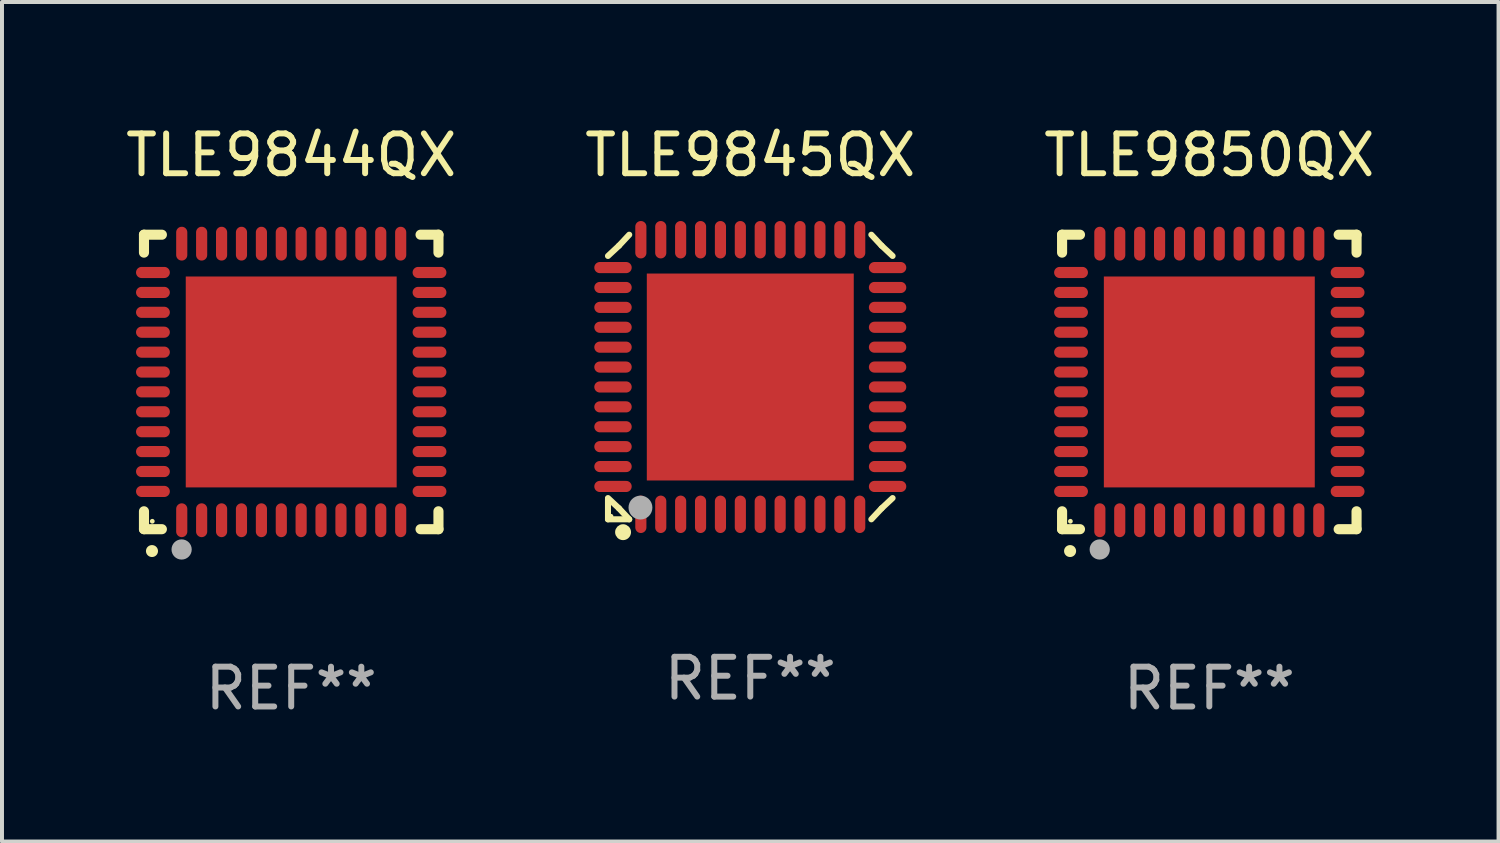
<source format=kicad_pcb>
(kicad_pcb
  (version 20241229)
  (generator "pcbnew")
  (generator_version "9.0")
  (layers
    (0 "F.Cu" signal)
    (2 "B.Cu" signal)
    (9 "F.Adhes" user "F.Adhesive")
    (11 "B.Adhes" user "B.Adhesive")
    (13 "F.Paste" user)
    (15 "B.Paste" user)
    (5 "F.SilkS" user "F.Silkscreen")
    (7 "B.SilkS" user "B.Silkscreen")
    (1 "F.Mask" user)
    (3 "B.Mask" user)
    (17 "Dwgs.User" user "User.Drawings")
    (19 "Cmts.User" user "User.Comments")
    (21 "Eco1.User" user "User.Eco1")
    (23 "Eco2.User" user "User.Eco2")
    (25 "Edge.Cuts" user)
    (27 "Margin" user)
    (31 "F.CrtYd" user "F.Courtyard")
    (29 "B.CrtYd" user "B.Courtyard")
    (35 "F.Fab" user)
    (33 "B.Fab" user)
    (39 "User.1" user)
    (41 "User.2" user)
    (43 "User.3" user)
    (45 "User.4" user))
  (footprint "TLE9850QX"
    (layer "F.Cu")
    (at 27.339 6.548)
    (property "Reference" "TLE9850QX" (at 0 -5.7 0) (layer "F.SilkS") (effects (font (size 1 1) (thickness 0.15))))
    (attr through_hole)
    (fp_line (start -3.7 -3.7) (end -3.25 -3.7) (stroke (width 0.254) (type solid)) (layer "F.SilkS"))
    (fp_line (start -3.7 -3.25) (end -3.7 -3.7) (stroke (width 0.254) (type solid)) (layer "F.SilkS"))
    (fp_line (start -3.7 3.7) (end -3.7 3.25) (stroke (width 0.254) (type solid)) (layer "F.SilkS"))
    (fp_line (start -3.25 3.7) (end -3.7 3.7) (stroke (width 0.254) (type solid)) (layer "F.SilkS"))
    (fp_line (start 3.25 3.7) (end 3.7 3.7) (stroke (width 0.254) (type solid)) (layer "F.SilkS"))
    (fp_line (start 3.7 -3.7) (end 3.25 -3.7) (stroke (width 0.254) (type solid)) (layer "F.SilkS"))
    (fp_line (start 3.7 -3.25) (end 3.7 -3.7) (stroke (width 0.254) (type solid)) (layer "F.SilkS"))
    (fp_line (start 3.7 3.7) (end 3.7 3.25) (stroke (width 0.254) (type solid)) (layer "F.SilkS"))
    (fp_arc (start -3.500127 4.249428) (mid -3.498857 4.249423) (end -3.497587 4.249428) (stroke (width 0.3) (type solid)) (layer "F.SilkS"))
    (fp_circle (center -3.491 3.501) (end -3.461 3.501) (stroke (width 0.06) (type solid)) (fill no) (layer "F.SilkS"))
    (fp_circle (center -2.754 4.21) (end -2.627 4.21) (stroke (width 0.254) (type solid)) (fill no) (layer "F.Fab"))
    (fp_text user "REF**" (at 0 7.7 0) (layer "F.Fab") (effects (font (size 1 1) (thickness 0.15))))
    (pad "1" smd oval (at -2.751 3.475) (size 0.28 0.85) (layers "F.Cu" "F.Mask" "F.Paste"))
    (pad "2" smd oval (at -2.251 3.475) (size 0.28 0.85) (layers "F.Cu" "F.Mask" "F.Paste"))
    (pad "3" smd oval (at -1.75 3.475) (size 0.28 0.85) (layers "F.Cu" "F.Mask" "F.Paste"))
    (pad "4" smd oval (at -1.25 3.475) (size 0.28 0.85) (layers "F.Cu" "F.Mask" "F.Paste"))
    (pad "5" smd oval (at -0.749 3.475) (size 0.28 0.85) (layers "F.Cu" "F.Mask" "F.Paste"))
    (pad "6" smd oval (at -0.249 3.475) (size 0.28 0.85) (layers "F.Cu" "F.Mask" "F.Paste"))
    (pad "7" smd oval (at 0.249 3.475) (size 0.28 0.85) (layers "F.Cu" "F.Mask" "F.Paste"))
    (pad "8" smd oval (at 0.749 3.475) (size 0.28 0.85) (layers "F.Cu" "F.Mask" "F.Paste"))
    (pad "9" smd oval (at 1.25 3.475) (size 0.28 0.85) (layers "F.Cu" "F.Mask" "F.Paste"))
    (pad "10" smd oval (at 1.75 3.475) (size 0.28 0.85) (layers "F.Cu" "F.Mask" "F.Paste"))
    (pad "11" smd oval (at 2.25 3.475) (size 0.28 0.85) (layers "F.Cu" "F.Mask" "F.Paste"))
    (pad "12" smd oval (at 2.751 3.475) (size 0.28 0.85) (layers "F.Cu" "F.Mask" "F.Paste"))
    (pad "13" smd oval (at 3.475 2.751) (size 0.85 0.28) (layers "F.Cu" "F.Mask" "F.Paste"))
    (pad "14" smd oval (at 3.475 2.251) (size 0.85 0.28) (layers "F.Cu" "F.Mask" "F.Paste"))
    (pad "15" smd oval (at 3.475 1.75) (size 0.85 0.28) (layers "F.Cu" "F.Mask" "F.Paste"))
    (pad "16" smd oval (at 3.475 1.25) (size 0.85 0.28) (layers "F.Cu" "F.Mask" "F.Paste"))
    (pad "17" smd oval (at 3.475 0.749) (size 0.85 0.28) (layers "F.Cu" "F.Mask" "F.Paste"))
    (pad "18" smd oval (at 3.475 0.249) (size 0.85 0.28) (layers "F.Cu" "F.Mask" "F.Paste"))
    (pad "19" smd oval (at 3.475 -0.249) (size 0.85 0.28) (layers "F.Cu" "F.Mask" "F.Paste"))
    (pad "20" smd oval (at 3.475 -0.749) (size 0.85 0.28) (layers "F.Cu" "F.Mask" "F.Paste"))
    (pad "21" smd oval (at 3.475 -1.25) (size 0.85 0.28) (layers "F.Cu" "F.Mask" "F.Paste"))
    (pad "22" smd oval (at 3.475 -1.75) (size 0.85 0.28) (layers "F.Cu" "F.Mask" "F.Paste"))
    (pad "23" smd oval (at 3.475 -2.25) (size 0.85 0.28) (layers "F.Cu" "F.Mask" "F.Paste"))
    (pad "24" smd oval (at 3.475 -2.751) (size 0.85 0.28) (layers "F.Cu" "F.Mask" "F.Paste"))
    (pad "25" smd oval (at 2.751 -3.475) (size 0.28 0.85) (layers "F.Cu" "F.Mask" "F.Paste"))
    (pad "26" smd oval (at 2.25 -3.475) (size 0.28 0.85) (layers "F.Cu" "F.Mask" "F.Paste"))
    (pad "27" smd oval (at 1.75 -3.475) (size 0.28 0.85) (layers "F.Cu" "F.Mask" "F.Paste"))
    (pad "28" smd oval (at 1.25 -3.475) (size 0.28 0.85) (layers "F.Cu" "F.Mask" "F.Paste"))
    (pad "29" smd oval (at 0.749 -3.475) (size 0.28 0.85) (layers "F.Cu" "F.Mask" "F.Paste"))
    (pad "30" smd oval (at 0.249 -3.475) (size 0.28 0.85) (layers "F.Cu" "F.Mask" "F.Paste"))
    (pad "31" smd oval (at -0.249 -3.475) (size 0.28 0.85) (layers "F.Cu" "F.Mask" "F.Paste"))
    (pad "32" smd oval (at -0.749 -3.475) (size 0.28 0.85) (layers "F.Cu" "F.Mask" "F.Paste"))
    (pad "33" smd oval (at -1.25 -3.475) (size 0.28 0.85) (layers "F.Cu" "F.Mask" "F.Paste"))
    (pad "34" smd oval (at -1.75 -3.475) (size 0.28 0.85) (layers "F.Cu" "F.Mask" "F.Paste"))
    (pad "35" smd oval (at -2.251 -3.475) (size 0.28 0.85) (layers "F.Cu" "F.Mask" "F.Paste"))
    (pad "36" smd oval (at -2.751 -3.475) (size 0.28 0.85) (layers "F.Cu" "F.Mask" "F.Paste"))
    (pad "37" smd oval (at -3.475 -2.751) (size 0.85 0.28) (layers "F.Cu" "F.Mask" "F.Paste"))
    (pad "38" smd oval (at -3.475 -2.25) (size 0.85 0.28) (layers "F.Cu" "F.Mask" "F.Paste"))
    (pad "39" smd oval (at -3.475 -1.75) (size 0.85 0.28) (layers "F.Cu" "F.Mask" "F.Paste"))
    (pad "40" smd oval (at -3.475 -1.25) (size 0.85 0.28) (layers "F.Cu" "F.Mask" "F.Paste"))
    (pad "41" smd oval (at -3.475 -0.749) (size 0.85 0.28) (layers "F.Cu" "F.Mask" "F.Paste"))
    (pad "42" smd oval (at -3.475 -0.249) (size 0.85 0.28) (layers "F.Cu" "F.Mask" "F.Paste"))
    (pad "43" smd oval (at -3.475 0.249) (size 0.85 0.28) (layers "F.Cu" "F.Mask" "F.Paste"))
    (pad "44" smd oval (at -3.475 0.749) (size 0.85 0.28) (layers "F.Cu" "F.Mask" "F.Paste"))
    (pad "45" smd oval (at -3.475 1.25) (size 0.85 0.28) (layers "F.Cu" "F.Mask" "F.Paste"))
    (pad "46" smd oval (at -3.475 1.75) (size 0.85 0.28) (layers "F.Cu" "F.Mask" "F.Paste"))
    (pad "47" smd oval (at -3.475 2.251) (size 0.85 0.28) (layers "F.Cu" "F.Mask" "F.Paste"))
    (pad "48" smd oval (at -3.475 2.751) (size 0.85 0.28) (layers "F.Cu" "F.Mask" "F.Paste"))
    (pad "49" smd rect (at -0.000102 0.000102) (size 5.3 5.3) (layers "F.Cu" "F.Mask" "F.Paste")))
  (footprint "TLE9844QX"
    (layer "F.Cu")
    (at 4.268 6.548)
    (property "Reference" "TLE9844QX" (at 0 -5.7 0) (layer "F.SilkS") (effects (font (size 1 1) (thickness 0.15))))
    (attr through_hole)
    (fp_line (start -3.7 -3.7) (end -3.25 -3.7) (stroke (width 0.254) (type solid)) (layer "F.SilkS"))
    (fp_line (start -3.7 -3.25) (end -3.7 -3.7) (stroke (width 0.254) (type solid)) (layer "F.SilkS"))
    (fp_line (start -3.7 3.7) (end -3.7 3.25) (stroke (width 0.254) (type solid)) (layer "F.SilkS"))
    (fp_line (start -3.25 3.7) (end -3.7 3.7) (stroke (width 0.254) (type solid)) (layer "F.SilkS"))
    (fp_line (start 3.25 3.7) (end 3.7 3.7) (stroke (width 0.254) (type solid)) (layer "F.SilkS"))
    (fp_line (start 3.7 -3.7) (end 3.25 -3.7) (stroke (width 0.254) (type solid)) (layer "F.SilkS"))
    (fp_line (start 3.7 -3.25) (end 3.7 -3.7) (stroke (width 0.254) (type solid)) (layer "F.SilkS"))
    (fp_line (start 3.7 3.7) (end 3.7 3.25) (stroke (width 0.254) (type solid)) (layer "F.SilkS"))
    (fp_arc (start -3.500127 4.249428) (mid -3.498857 4.249423) (end -3.497587 4.249428) (stroke (width 0.3) (type solid)) (layer "F.SilkS"))
    (fp_circle (center -3.491 3.501) (end -3.461 3.501) (stroke (width 0.06) (type solid)) (fill no) (layer "F.SilkS"))
    (fp_circle (center -2.754 4.21) (end -2.627 4.21) (stroke (width 0.254) (type solid)) (fill no) (layer "F.Fab"))
    (fp_text user "REF**" (at 0 7.7 0) (layer "F.Fab") (effects (font (size 1 1) (thickness 0.15))))
    (pad "1" smd oval (at -2.751 3.475) (size 0.28 0.85) (layers "F.Cu" "F.Mask" "F.Paste"))
    (pad "2" smd oval (at -2.251 3.475) (size 0.28 0.85) (layers "F.Cu" "F.Mask" "F.Paste"))
    (pad "3" smd oval (at -1.75 3.475) (size 0.28 0.85) (layers "F.Cu" "F.Mask" "F.Paste"))
    (pad "4" smd oval (at -1.25 3.475) (size 0.28 0.85) (layers "F.Cu" "F.Mask" "F.Paste"))
    (pad "5" smd oval (at -0.749 3.475) (size 0.28 0.85) (layers "F.Cu" "F.Mask" "F.Paste"))
    (pad "6" smd oval (at -0.249 3.475) (size 0.28 0.85) (layers "F.Cu" "F.Mask" "F.Paste"))
    (pad "7" smd oval (at 0.249 3.475) (size 0.28 0.85) (layers "F.Cu" "F.Mask" "F.Paste"))
    (pad "8" smd oval (at 0.749 3.475) (size 0.28 0.85) (layers "F.Cu" "F.Mask" "F.Paste"))
    (pad "9" smd oval (at 1.25 3.475) (size 0.28 0.85) (layers "F.Cu" "F.Mask" "F.Paste"))
    (pad "10" smd oval (at 1.75 3.475) (size 0.28 0.85) (layers "F.Cu" "F.Mask" "F.Paste"))
    (pad "11" smd oval (at 2.25 3.475) (size 0.28 0.85) (layers "F.Cu" "F.Mask" "F.Paste"))
    (pad "12" smd oval (at 2.751 3.475) (size 0.28 0.85) (layers "F.Cu" "F.Mask" "F.Paste"))
    (pad "13" smd oval (at 3.475 2.751) (size 0.85 0.28) (layers "F.Cu" "F.Mask" "F.Paste"))
    (pad "14" smd oval (at 3.475 2.251) (size 0.85 0.28) (layers "F.Cu" "F.Mask" "F.Paste"))
    (pad "15" smd oval (at 3.475 1.75) (size 0.85 0.28) (layers "F.Cu" "F.Mask" "F.Paste"))
    (pad "16" smd oval (at 3.475 1.25) (size 0.85 0.28) (layers "F.Cu" "F.Mask" "F.Paste"))
    (pad "17" smd oval (at 3.475 0.749) (size 0.85 0.28) (layers "F.Cu" "F.Mask" "F.Paste"))
    (pad "18" smd oval (at 3.475 0.249) (size 0.85 0.28) (layers "F.Cu" "F.Mask" "F.Paste"))
    (pad "19" smd oval (at 3.475 -0.249) (size 0.85 0.28) (layers "F.Cu" "F.Mask" "F.Paste"))
    (pad "20" smd oval (at 3.475 -0.749) (size 0.85 0.28) (layers "F.Cu" "F.Mask" "F.Paste"))
    (pad "21" smd oval (at 3.475 -1.25) (size 0.85 0.28) (layers "F.Cu" "F.Mask" "F.Paste"))
    (pad "22" smd oval (at 3.475 -1.75) (size 0.85 0.28) (layers "F.Cu" "F.Mask" "F.Paste"))
    (pad "23" smd oval (at 3.475 -2.25) (size 0.85 0.28) (layers "F.Cu" "F.Mask" "F.Paste"))
    (pad "24" smd oval (at 3.475 -2.751) (size 0.85 0.28) (layers "F.Cu" "F.Mask" "F.Paste"))
    (pad "25" smd oval (at 2.751 -3.475) (size 0.28 0.85) (layers "F.Cu" "F.Mask" "F.Paste"))
    (pad "26" smd oval (at 2.25 -3.475) (size 0.28 0.85) (layers "F.Cu" "F.Mask" "F.Paste"))
    (pad "27" smd oval (at 1.75 -3.475) (size 0.28 0.85) (layers "F.Cu" "F.Mask" "F.Paste"))
    (pad "28" smd oval (at 1.25 -3.475) (size 0.28 0.85) (layers "F.Cu" "F.Mask" "F.Paste"))
    (pad "29" smd oval (at 0.749 -3.475) (size 0.28 0.85) (layers "F.Cu" "F.Mask" "F.Paste"))
    (pad "30" smd oval (at 0.249 -3.475) (size 0.28 0.85) (layers "F.Cu" "F.Mask" "F.Paste"))
    (pad "31" smd oval (at -0.249 -3.475) (size 0.28 0.85) (layers "F.Cu" "F.Mask" "F.Paste"))
    (pad "32" smd oval (at -0.749 -3.475) (size 0.28 0.85) (layers "F.Cu" "F.Mask" "F.Paste"))
    (pad "33" smd oval (at -1.25 -3.475) (size 0.28 0.85) (layers "F.Cu" "F.Mask" "F.Paste"))
    (pad "34" smd oval (at -1.75 -3.475) (size 0.28 0.85) (layers "F.Cu" "F.Mask" "F.Paste"))
    (pad "35" smd oval (at -2.251 -3.475) (size 0.28 0.85) (layers "F.Cu" "F.Mask" "F.Paste"))
    (pad "36" smd oval (at -2.751 -3.475) (size 0.28 0.85) (layers "F.Cu" "F.Mask" "F.Paste"))
    (pad "37" smd oval (at -3.475 -2.751) (size 0.85 0.28) (layers "F.Cu" "F.Mask" "F.Paste"))
    (pad "38" smd oval (at -3.475 -2.25) (size 0.85 0.28) (layers "F.Cu" "F.Mask" "F.Paste"))
    (pad "39" smd oval (at -3.475 -1.75) (size 0.85 0.28) (layers "F.Cu" "F.Mask" "F.Paste"))
    (pad "40" smd oval (at -3.475 -1.25) (size 0.85 0.28) (layers "F.Cu" "F.Mask" "F.Paste"))
    (pad "41" smd oval (at -3.475 -0.749) (size 0.85 0.28) (layers "F.Cu" "F.Mask" "F.Paste"))
    (pad "42" smd oval (at -3.475 -0.249) (size 0.85 0.28) (layers "F.Cu" "F.Mask" "F.Paste"))
    (pad "43" smd oval (at -3.475 0.249) (size 0.85 0.28) (layers "F.Cu" "F.Mask" "F.Paste"))
    (pad "44" smd oval (at -3.475 0.749) (size 0.85 0.28) (layers "F.Cu" "F.Mask" "F.Paste"))
    (pad "45" smd oval (at -3.475 1.25) (size 0.85 0.28) (layers "F.Cu" "F.Mask" "F.Paste"))
    (pad "46" smd oval (at -3.475 1.75) (size 0.85 0.28) (layers "F.Cu" "F.Mask" "F.Paste"))
    (pad "47" smd oval (at -3.475 2.251) (size 0.85 0.28) (layers "F.Cu" "F.Mask" "F.Paste"))
    (pad "48" smd oval (at -3.475 2.751) (size 0.85 0.28) (layers "F.Cu" "F.Mask" "F.Paste"))
    (pad "49" smd rect (at -0.000102 0.000102) (size 5.3 5.3) (layers "F.Cu" "F.Mask" "F.Paste")))
  (footprint "TLE9845QX"
    (layer "F.Cu")
    (at 15.804 6.424)
    (property "Reference" "TLE9845QX" (at 0 -5.576 0) (layer "F.SilkS") (effects (font (size 1 1) (thickness 0.15))))
    (attr through_hole)
    (fp_line (start -3.576 3.07) (end -3.576 3.576) (stroke (width 0.152) (type solid)) (layer "F.SilkS"))
    (fp_line (start -3.576 3.576) (end -3.042 3.576) (stroke (width 0.152) (type solid)) (layer "F.SilkS"))
    (fp_line (start -3.3 -3.3) (end -3.576 -3.042) (stroke (width 0.152) (type solid)) (layer "F.SilkS"))
    (fp_line (start -3.3 3.3) (end -3.576 3.042) (stroke (width 0.152) (type solid)) (layer "F.SilkS"))
    (fp_line (start -3.042 -3.576) (end -3.3 -3.3) (stroke (width 0.152) (type solid)) (layer "F.SilkS"))
    (fp_line (start -3.042 3.576) (end -3.3 3.3) (stroke (width 0.152) (type solid)) (layer "F.SilkS"))
    (fp_line (start 3.042 -3.576) (end 3.3 -3.3) (stroke (width 0.152) (type solid)) (layer "F.SilkS"))
    (fp_line (start 3.042 3.576) (end 3.3 3.3) (stroke (width 0.152) (type solid)) (layer "F.SilkS"))
    (fp_line (start 3.3 -3.3) (end 3.576 -3.042) (stroke (width 0.152) (type solid)) (layer "F.SilkS"))
    (fp_line (start 3.3 3.3) (end 3.576 3.042) (stroke (width 0.152) (type solid)) (layer "F.SilkS"))
    (fp_circle (center -3.5 3.5) (end -3.47 3.5) (stroke (width 0.06) (type solid)) (fill no) (layer "F.SilkS"))
    (fp_circle (center -3.197 3.899) (end -3.097 3.899) (stroke (width 0.2) (type solid)) (fill no) (layer "F.SilkS"))
    (fp_circle (center -2.76 3.281) (end -2.61 3.281) (stroke (width 0.3) (type solid)) (fill no) (layer "F.Fab"))
    (fp_text user "REF**" (at 0 7.576 0) (layer "F.Fab") (effects (font (size 1 1) (thickness 0.15))))
    (pad "1" smd oval (at -2.75 3.45 90) (size 0.94 0.28) (layers "F.Cu" "F.Mask" "F.Paste"))
    (pad "2" smd oval (at -2.25 3.45 90) (size 0.94 0.28) (layers "F.Cu" "F.Mask" "F.Paste"))
    (pad "3" smd oval (at -1.75 3.45 90) (size 0.94 0.28) (layers "F.Cu" "F.Mask" "F.Paste"))
    (pad "4" smd oval (at -1.25 3.45 90) (size 0.94 0.28) (layers "F.Cu" "F.Mask" "F.Paste"))
    (pad "5" smd oval (at -0.75 3.45 90) (size 0.94 0.28) (layers "F.Cu" "F.Mask" "F.Paste"))
    (pad "6" smd oval (at -0.25 3.45 90) (size 0.94 0.28) (layers "F.Cu" "F.Mask" "F.Paste"))
    (pad "7" smd oval (at 0.25 3.45 90) (size 0.94 0.28) (layers "F.Cu" "F.Mask" "F.Paste"))
    (pad "8" smd oval (at 0.75 3.45 90) (size 0.94 0.28) (layers "F.Cu" "F.Mask" "F.Paste"))
    (pad "9" smd oval (at 1.25 3.45 90) (size 0.94 0.28) (layers "F.Cu" "F.Mask" "F.Paste"))
    (pad "10" smd oval (at 1.75 3.45 90) (size 0.94 0.28) (layers "F.Cu" "F.Mask" "F.Paste"))
    (pad "11" smd oval (at 2.25 3.45 90) (size 0.94 0.28) (layers "F.Cu" "F.Mask" "F.Paste"))
    (pad "12" smd oval (at 2.75 3.45 90) (size 0.94 0.28) (layers "F.Cu" "F.Mask" "F.Paste"))
    (pad "13" smd oval (at 3.45 2.75 90) (size 0.28 0.94) (layers "F.Cu" "F.Mask" "F.Paste"))
    (pad "14" smd oval (at 3.45 2.25 90) (size 0.28 0.94) (layers "F.Cu" "F.Mask" "F.Paste"))
    (pad "15" smd oval (at 3.45 1.75 90) (size 0.28 0.94) (layers "F.Cu" "F.Mask" "F.Paste"))
    (pad "16" smd oval (at 3.45 1.25 90) (size 0.28 0.94) (layers "F.Cu" "F.Mask" "F.Paste"))
    (pad "17" smd oval (at 3.45 0.75 90) (size 0.28 0.94) (layers "F.Cu" "F.Mask" "F.Paste"))
    (pad "18" smd oval (at 3.45 0.25 90) (size 0.28 0.94) (layers "F.Cu" "F.Mask" "F.Paste"))
    (pad "19" smd oval (at 3.45 -0.25 90) (size 0.28 0.94) (layers "F.Cu" "F.Mask" "F.Paste"))
    (pad "20" smd oval (at 3.45 -0.75 90) (size 0.28 0.94) (layers "F.Cu" "F.Mask" "F.Paste"))
    (pad "21" smd oval (at 3.45 -1.25 90) (size 0.28 0.94) (layers "F.Cu" "F.Mask" "F.Paste"))
    (pad "22" smd oval (at 3.45 -1.75 90) (size 0.28 0.94) (layers "F.Cu" "F.Mask" "F.Paste"))
    (pad "23" smd oval (at 3.45 -2.25 90) (size 0.28 0.94) (layers "F.Cu" "F.Mask" "F.Paste"))
    (pad "24" smd oval (at 3.45 -2.75 90) (size 0.28 0.94) (layers "F.Cu" "F.Mask" "F.Paste"))
    (pad "25" smd oval (at 2.75 -3.45 90) (size 0.94 0.28) (layers "F.Cu" "F.Mask" "F.Paste"))
    (pad "26" smd oval (at 2.25 -3.45 90) (size 0.94 0.28) (layers "F.Cu" "F.Mask" "F.Paste"))
    (pad "27" smd oval (at 1.75 -3.45 90) (size 0.94 0.28) (layers "F.Cu" "F.Mask" "F.Paste"))
    (pad "28" smd oval (at 1.25 -3.45 90) (size 0.94 0.28) (layers "F.Cu" "F.Mask" "F.Paste"))
    (pad "29" smd oval (at 0.75 -3.45 90) (size 0.94 0.28) (layers "F.Cu" "F.Mask" "F.Paste"))
    (pad "30" smd oval (at 0.25 -3.45 90) (size 0.94 0.28) (layers "F.Cu" "F.Mask" "F.Paste"))
    (pad "31" smd oval (at -0.25 -3.45 90) (size 0.94 0.28) (layers "F.Cu" "F.Mask" "F.Paste"))
    (pad "32" smd oval (at -0.75 -3.45 90) (size 0.94 0.28) (layers "F.Cu" "F.Mask" "F.Paste"))
    (pad "33" smd oval (at -1.25 -3.45 90) (size 0.94 0.28) (layers "F.Cu" "F.Mask" "F.Paste"))
    (pad "34" smd oval (at -1.75 -3.45 90) (size 0.94 0.28) (layers "F.Cu" "F.Mask" "F.Paste"))
    (pad "35" smd oval (at -2.25 -3.45 90) (size 0.94 0.28) (layers "F.Cu" "F.Mask" "F.Paste"))
    (pad "36" smd oval (at -2.75 -3.45 90) (size 0.94 0.28) (layers "F.Cu" "F.Mask" "F.Paste"))
    (pad "37" smd oval (at -3.45 -2.75 90) (size 0.28 0.94) (layers "F.Cu" "F.Mask" "F.Paste"))
    (pad "38" smd oval (at -3.45 -2.25 90) (size 0.28 0.94) (layers "F.Cu" "F.Mask" "F.Paste"))
    (pad "39" smd oval (at -3.45 -1.75 90) (size 0.28 0.94) (layers "F.Cu" "F.Mask" "F.Paste"))
    (pad "40" smd oval (at -3.45 -1.25 90) (size 0.28 0.94) (layers "F.Cu" "F.Mask" "F.Paste"))
    (pad "41" smd oval (at -3.45 -0.75 90) (size 0.28 0.94) (layers "F.Cu" "F.Mask" "F.Paste"))
    (pad "42" smd oval (at -3.45 -0.25 90) (size 0.28 0.94) (layers "F.Cu" "F.Mask" "F.Paste"))
    (pad "43" smd oval (at -3.45 0.25 90) (size 0.28 0.94) (layers "F.Cu" "F.Mask" "F.Paste"))
    (pad "44" smd oval (at -3.45 0.75 90) (size 0.28 0.94) (layers "F.Cu" "F.Mask" "F.Paste"))
    (pad "45" smd oval (at -3.45 1.25 90) (size 0.28 0.94) (layers "F.Cu" "F.Mask" "F.Paste"))
    (pad "46" smd oval (at -3.45 1.75 90) (size 0.28 0.94) (layers "F.Cu" "F.Mask" "F.Paste"))
    (pad "47" smd oval (at -3.45 2.25 90) (size 0.28 0.94) (layers "F.Cu" "F.Mask" "F.Paste"))
    (pad "48" smd oval (at -3.45 2.75 90) (size 0.28 0.94) (layers "F.Cu" "F.Mask" "F.Paste"))
    (pad "49" smd rect (at -0.000076 -0.000089 90) (size 5.2 5.2) (layers "F.Cu" "F.Mask" "F.Paste")))
  (gr_rect
    (start -3 -3)
    (end 34.607 18.097)
    (stroke (width 0.1) (type default))
    (fill no)
    (layer "Edge.Cuts")))
</source>
